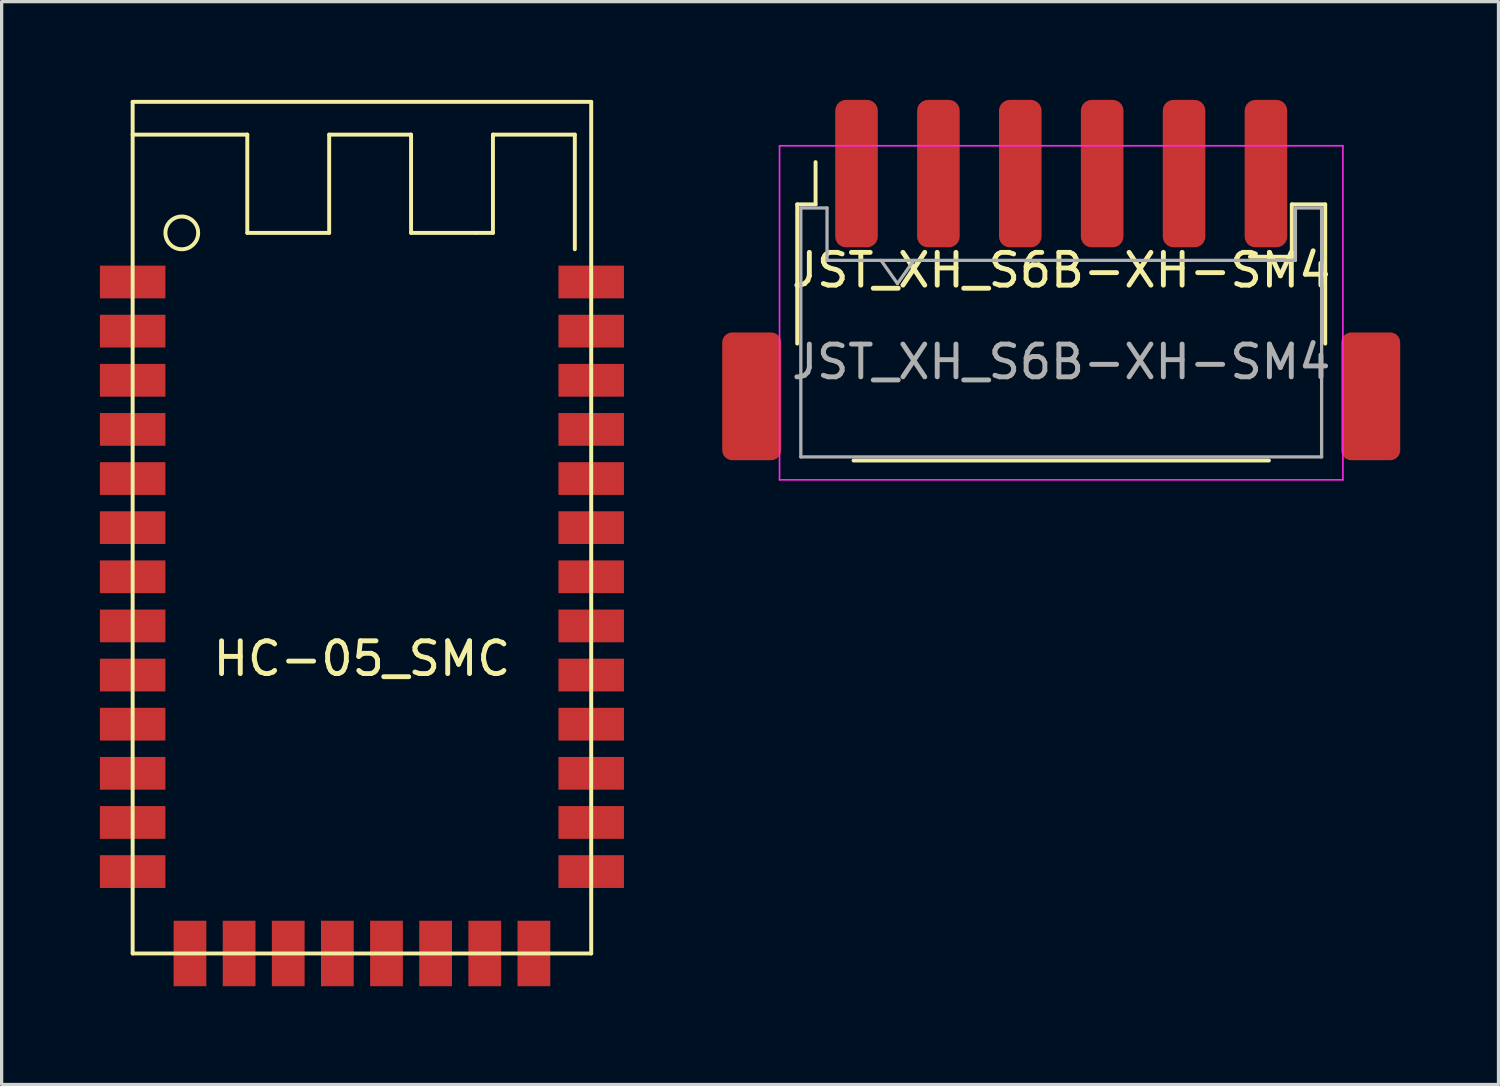
<source format=kicad_pcb>
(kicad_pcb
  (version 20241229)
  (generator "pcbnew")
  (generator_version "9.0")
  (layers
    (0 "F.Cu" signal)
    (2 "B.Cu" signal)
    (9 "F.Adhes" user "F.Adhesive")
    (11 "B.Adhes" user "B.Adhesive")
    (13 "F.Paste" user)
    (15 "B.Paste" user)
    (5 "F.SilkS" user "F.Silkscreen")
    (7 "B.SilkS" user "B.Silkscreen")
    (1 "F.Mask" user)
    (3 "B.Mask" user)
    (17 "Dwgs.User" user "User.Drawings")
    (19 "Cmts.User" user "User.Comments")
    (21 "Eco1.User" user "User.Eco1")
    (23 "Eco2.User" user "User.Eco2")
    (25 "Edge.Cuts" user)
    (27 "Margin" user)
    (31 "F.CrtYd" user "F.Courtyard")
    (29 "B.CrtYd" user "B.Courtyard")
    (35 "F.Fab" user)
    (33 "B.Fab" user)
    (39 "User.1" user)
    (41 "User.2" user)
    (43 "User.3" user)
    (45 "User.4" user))
  (footprint "JST_XH_S6B-XH-SM4"
    (layer "F.Cu")
    (at 29.35 11)
    (property "Reference" "JST_XH_S6B-XH-SM4" (at 0 -5.8 0) (layer "F.SilkS") (effects (font (size 1 1) (thickness 0.15))))
    (attr smd)
    (fp_line (start -8.06 -7.81) (end -7.5 -7.81) (stroke (width 0.12) (type solid)) (layer "F.SilkS"))
    (fp_line (start -8.06 -3.56) (end -8.06 -7.81) (stroke (width 0.12) (type solid)) (layer "F.SilkS"))
    (fp_line (start -7.5 -7.81) (end -7.5 -9.1) (stroke (width 0.12) (type solid)) (layer "F.SilkS"))
    (fp_line (start -6.34 0.01) (end 6.34 0.01) (stroke (width 0.12) (type solid)) (layer "F.SilkS"))
    (fp_line (start 7.04 -7.81) (end 7.04 -6.21) (stroke (width 0.12) (type solid)) (layer "F.SilkS"))
    (fp_line (start 7.04 -6.21) (end 5.76 -6.21) (stroke (width 0.12) (type solid)) (layer "F.SilkS"))
    (fp_line (start 8.06 -7.81) (end 7.04 -7.81) (stroke (width 0.12) (type solid)) (layer "F.SilkS"))
    (fp_line (start 8.06 -3.56) (end 8.06 -7.81) (stroke (width 0.12) (type solid)) (layer "F.SilkS"))
    (fp_line (start -8.6 -9.6) (end -8.6 0.6) (stroke (width 0.05) (type solid)) (layer "F.CrtYd"))
    (fp_line (start -8.6 0.6) (end 8.6 0.6) (stroke (width 0.05) (type solid)) (layer "F.CrtYd"))
    (fp_line (start 8.6 -9.6) (end -8.6 -9.6) (stroke (width 0.05) (type solid)) (layer "F.CrtYd"))
    (fp_line (start 8.6 0.6) (end 8.6 -9.6) (stroke (width 0.05) (type solid)) (layer "F.CrtYd"))
    (fp_line (start -7.95 -7.7) (end -7.95 -0.1) (stroke (width 0.1) (type solid)) (layer "F.Fab"))
    (fp_line (start -7.95 -7.7) (end -7.15 -7.7) (stroke (width 0.1) (type solid)) (layer "F.Fab"))
    (fp_line (start -7.95 -0.1) (end 7.95 -0.1) (stroke (width 0.1) (type solid)) (layer "F.Fab"))
    (fp_line (start -7.15 -7.7) (end -7.15 -6.1) (stroke (width 0.1) (type solid)) (layer "F.Fab"))
    (fp_line (start -7.15 -6.1) (end 7.15 -6.1) (stroke (width 0.1) (type solid)) (layer "F.Fab"))
    (fp_line (start -5.5 -6.1) (end -5 -5.393) (stroke (width 0.1) (type solid)) (layer "F.Fab"))
    (fp_line (start -5 -5.393) (end -4.5 -6.1) (stroke (width 0.1) (type solid)) (layer "F.Fab"))
    (fp_line (start 7.15 -7.7) (end 7.95 -7.7) (stroke (width 0.1) (type solid)) (layer "F.Fab"))
    (fp_line (start 7.15 -6.1) (end 7.15 -7.7) (stroke (width 0.1) (type solid)) (layer "F.Fab"))
    (fp_line (start 7.95 -7.7) (end 7.95 -0.1) (stroke (width 0.1) (type solid)) (layer "F.Fab"))
    (fp_text user "${REFERENCE}" (at 0 -3 0) (layer "F.Fab") (effects (font (size 1 1) (thickness 0.15))))
    (pad "1" smd roundrect (at -6.25 -8.75) (size 1.3 4.5) (layers "F.Cu" "F.Mask" "F.Paste") (roundrect_rratio 0.25))
    (pad "2" smd roundrect (at -3.75 -8.75) (size 1.3 4.5) (layers "F.Cu" "F.Mask" "F.Paste") (roundrect_rratio 0.25))
    (pad "3" smd roundrect (at -1.25 -8.75) (size 1.3 4.5) (layers "F.Cu" "F.Mask" "F.Paste") (roundrect_rratio 0.25))
    (pad "4" smd roundrect (at 1.25 -8.75) (size 1.3 4.5) (layers "F.Cu" "F.Mask" "F.Paste") (roundrect_rratio 0.25))
    (pad "5" smd roundrect (at 3.75 -8.75) (size 1.3 4.5) (layers "F.Cu" "F.Mask" "F.Paste") (roundrect_rratio 0.25))
    (pad "6" smd roundrect (at 6.25 -8.75) (size 1.3 4.5) (layers "F.Cu" "F.Mask" "F.Paste") (roundrect_rratio 0.25))
    (pad "MP" smd roundrect (at -9.45 -1.95) (size 1.8 3.9) (layers "F.Cu" "F.Mask" "F.Paste") (roundrect_rratio 0.167))
    (pad "MP" smd roundrect (at 9.45 -1.95) (size 1.8 3.9) (layers "F.Cu" "F.Mask" "F.Paste") (roundrect_rratio 0.167)))
  (footprint "HC-05_SMC"
    (layer "F.Cu")
    (at 8 12.06)
    (property "Reference" "HC-05_SMC" (at 0 5 0) (layer "F.SilkS") (effects (font (size 1 1) (thickness 0.15))))
    (attr through_hole)
    (fp_line (start -7 -12) (end 7 -12) (stroke (width 0.12) (type solid)) (layer "F.SilkS"))
    (fp_line (start -7 -11) (end -3.5 -11) (stroke (width 0.12) (type solid)) (layer "F.SilkS"))
    (fp_line (start -7 14) (end -7 -12) (stroke (width 0.12) (type solid)) (layer "F.SilkS"))
    (fp_line (start -3.5 -11) (end -3.5 -8) (stroke (width 0.12) (type solid)) (layer "F.SilkS"))
    (fp_line (start -3.5 -8) (end -1 -8) (stroke (width 0.12) (type solid)) (layer "F.SilkS"))
    (fp_line (start -1 -11) (end 1.5 -11) (stroke (width 0.12) (type solid)) (layer "F.SilkS"))
    (fp_line (start -1 -8) (end -1 -11) (stroke (width 0.12) (type solid)) (layer "F.SilkS"))
    (fp_line (start 1.5 -11) (end 1.5 -8) (stroke (width 0.12) (type solid)) (layer "F.SilkS"))
    (fp_line (start 1.5 -8) (end 3.5 -8) (stroke (width 0.12) (type solid)) (layer "F.SilkS"))
    (fp_line (start 3.5 -8) (end 4 -8) (stroke (width 0.12) (type solid)) (layer "F.SilkS"))
    (fp_line (start 4 -11) (end 6.5 -11) (stroke (width 0.12) (type solid)) (layer "F.SilkS"))
    (fp_line (start 4 -8) (end 4 -11) (stroke (width 0.12) (type solid)) (layer "F.SilkS"))
    (fp_line (start 6.5 -11) (end 6.5 -7.5) (stroke (width 0.12) (type solid)) (layer "F.SilkS"))
    (fp_line (start 7 -12) (end 7 14) (stroke (width 0.12) (type solid)) (layer "F.SilkS"))
    (fp_line (start 7 14) (end -7 14) (stroke (width 0.12) (type solid)) (layer "F.SilkS"))
    (fp_circle (center -5.5 -8) (end -5 -8) (stroke (width 0.12) (type solid)) (fill no) (layer "F.SilkS"))
    (pad "1" smd rect (at -7 -6.5) (size 2 1) (layers "F.Cu" "F.Mask" "F.Paste"))
    (pad "2" smd rect (at -7 -5) (size 2 1) (layers "F.Cu" "F.Mask" "F.Paste"))
    (pad "3" smd rect (at -7 -3.5) (size 2 1) (layers "F.Cu" "F.Mask" "F.Paste"))
    (pad "4" smd rect (at -7 -2) (size 2 1) (layers "F.Cu" "F.Mask" "F.Paste"))
    (pad "5" smd rect (at -7 -0.5) (size 2 1) (layers "F.Cu" "F.Mask" "F.Paste"))
    (pad "6" smd rect (at -7 1) (size 2 1) (layers "F.Cu" "F.Mask" "F.Paste"))
    (pad "7" smd rect (at -7 2.5) (size 2 1) (layers "F.Cu" "F.Mask" "F.Paste"))
    (pad "8" smd rect (at -7 4) (size 2 1) (layers "F.Cu" "F.Mask" "F.Paste"))
    (pad "9" smd rect (at -7 5.5) (size 2 1) (layers "F.Cu" "F.Mask" "F.Paste"))
    (pad "10" smd rect (at -7 7) (size 2 1) (layers "F.Cu" "F.Mask" "F.Paste"))
    (pad "11" smd rect (at -7 8.5) (size 2 1) (layers "F.Cu" "F.Mask" "F.Paste"))
    (pad "12" smd rect (at -7 10) (size 2 1) (layers "F.Cu" "F.Mask" "F.Paste"))
    (pad "13" smd rect (at -7 11.5) (size 2 1) (layers "F.Cu" "F.Mask" "F.Paste"))
    (pad "14" smd rect (at -5.25 14 90) (size 2 1) (layers "F.Cu" "F.Mask" "F.Paste"))
    (pad "15" smd rect (at -3.75 14 90) (size 2 1) (layers "F.Cu" "F.Mask" "F.Paste"))
    (pad "16" smd rect (at -2.25 14 90) (size 2 1) (layers "F.Cu" "F.Mask" "F.Paste"))
    (pad "17" smd rect (at -0.75 14 90) (size 2 1) (layers "F.Cu" "F.Mask" "F.Paste"))
    (pad "18" smd rect (at 0.75 14 90) (size 2 1) (layers "F.Cu" "F.Mask" "F.Paste"))
    (pad "19" smd rect (at 2.25 14 90) (size 2 1) (layers "F.Cu" "F.Mask" "F.Paste"))
    (pad "20" smd rect (at 3.75 14 90) (size 2 1) (layers "F.Cu" "F.Mask" "F.Paste"))
    (pad "21" smd rect (at 5.25 14 90) (size 2 1) (layers "F.Cu" "F.Mask" "F.Paste"))
    (pad "22" smd rect (at 7 11.5 180) (size 2 1) (layers "F.Cu" "F.Mask" "F.Paste"))
    (pad "23" smd rect (at 7 10 180) (size 2 1) (layers "F.Cu" "F.Mask" "F.Paste"))
    (pad "24" smd rect (at 7 8.5 180) (size 2 1) (layers "F.Cu" "F.Mask" "F.Paste"))
    (pad "25" smd rect (at 7 7 180) (size 2 1) (layers "F.Cu" "F.Mask" "F.Paste"))
    (pad "26" smd rect (at 7 5.5 180) (size 2 1) (layers "F.Cu" "F.Mask" "F.Paste"))
    (pad "27" smd rect (at 7 4 180) (size 2 1) (layers "F.Cu" "F.Mask" "F.Paste"))
    (pad "28" smd rect (at 7 2.5 180) (size 2 1) (layers "F.Cu" "F.Mask" "F.Paste"))
    (pad "29" smd rect (at 7 1 180) (size 2 1) (layers "F.Cu" "F.Mask" "F.Paste"))
    (pad "30" smd rect (at 7 -0.5 180) (size 2 1) (layers "F.Cu" "F.Mask" "F.Paste"))
    (pad "31" smd rect (at 7 -2 180) (size 2 1) (layers "F.Cu" "F.Mask" "F.Paste"))
    (pad "32" smd rect (at 7 -3.5 180) (size 2 1) (layers "F.Cu" "F.Mask" "F.Paste"))
    (pad "33" smd rect (at 7 -5 180) (size 2 1) (layers "F.Cu" "F.Mask" "F.Paste"))
    (pad "34" smd rect (at 7 -6.5 180) (size 2 1) (layers "F.Cu" "F.Mask" "F.Paste")))
  (gr_rect
    (start -3 -3)
    (end 42.7 30.06)
    (stroke (width 0.1) (type default))
    (fill no)
    (layer "Edge.Cuts")))
</source>
